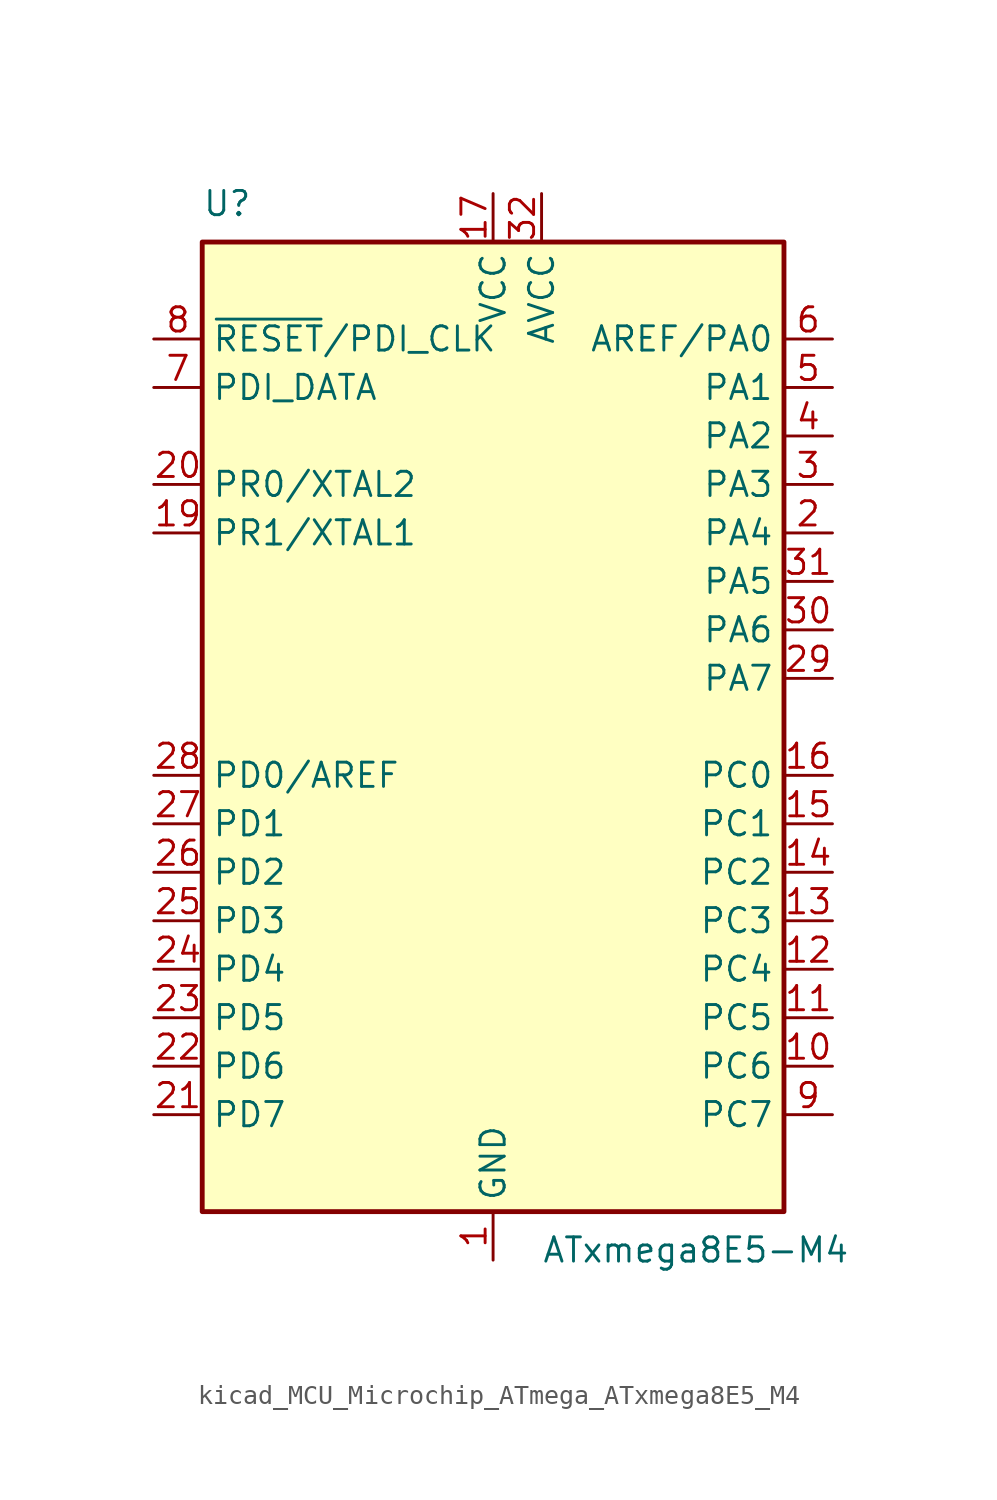
<source format=kicad_sym>
(kicad_symbol_lib
  (version 20220914)
  (generator kicad_symbol_editor)
  (symbol "kicad_MCU_Microchip_ATmega_ATxmega8E5_M4"
    (property "Reference" "U"
      (at -15.24 26.67 0)
      (effects (font (size 1.27 1.27)) (justify left bottom)))
    (property "Value" "ATxmega8E5-M4"
      (at 2.54 -26.67 0)
      (effects (font (size 1.27 1.27)) (justify left top)))
    (symbol "kicad_MCU_Microchip_ATmega_ATxmega8E5_M4_0_1"
      (rectangle (start -15.24 -25.4) (end 15.24 25.4) (stroke (width 0.254) (type default)) (fill (type background))))
    (symbol "kicad_MCU_Microchip_ATmega_ATxmega8E5_M4_1_1"
      (pin power_in line (at 0 -27.94 90) (length 2.54) (name "GND" (effects (font (size 1.27 1.27)))) (number "1" (effects (font (size 1.27 1.27)))))
      (pin bidirectional line (at 17.78 -17.78 180) (length 2.54) (name "PC6" (effects (font (size 1.27 1.27)))) (number "10" (effects (font (size 1.27 1.27)))))
      (pin bidirectional line (at 17.78 -15.24 180) (length 2.54) (name "PC5" (effects (font (size 1.27 1.27)))) (number "11" (effects (font (size 1.27 1.27)))))
      (pin bidirectional line (at 17.78 -12.7 180) (length 2.54) (name "PC4" (effects (font (size 1.27 1.27)))) (number "12" (effects (font (size 1.27 1.27)))))
      (pin bidirectional line (at 17.78 -10.16 180) (length 2.54) (name "PC3" (effects (font (size 1.27 1.27)))) (number "13" (effects (font (size 1.27 1.27)))))
      (pin bidirectional line (at 17.78 -7.62 180) (length 2.54) (name "PC2" (effects (font (size 1.27 1.27)))) (number "14" (effects (font (size 1.27 1.27)))))
      (pin bidirectional line (at 17.78 -5.08 180) (length 2.54) (name "PC1" (effects (font (size 1.27 1.27)))) (number "15" (effects (font (size 1.27 1.27)))))
      (pin bidirectional line (at 17.78 -2.54 180) (length 2.54) (name "PC0" (effects (font (size 1.27 1.27)))) (number "16" (effects (font (size 1.27 1.27)))))
      (pin power_in line (at 0 27.94 270) (length 2.54) (name "VCC" (effects (font (size 1.27 1.27)))) (number "17" (effects (font (size 1.27 1.27)))))
      (pin passive line (at 0 -27.94 90) (length 2.54) hide (name "GND" (effects (font (size 1.27 1.27)))) (number "18" (effects (font (size 1.27 1.27)))))
      (pin bidirectional line (at -17.78 10.16 0) (length 2.54) (name "PR1/XTAL1" (effects (font (size 1.27 1.27)))) (number "19" (effects (font (size 1.27 1.27)))))
      (pin bidirectional line (at 17.78 10.16 180) (length 2.54) (name "PA4" (effects (font (size 1.27 1.27)))) (number "2" (effects (font (size 1.27 1.27)))))
      (pin bidirectional line (at -17.78 12.7 0) (length 2.54) (name "PR0/XTAL2" (effects (font (size 1.27 1.27)))) (number "20" (effects (font (size 1.27 1.27)))))
      (pin bidirectional line (at -17.78 -20.32 0) (length 2.54) (name "PD7" (effects (font (size 1.27 1.27)))) (number "21" (effects (font (size 1.27 1.27)))))
      (pin bidirectional line (at -17.78 -17.78 0) (length 2.54) (name "PD6" (effects (font (size 1.27 1.27)))) (number "22" (effects (font (size 1.27 1.27)))))
      (pin bidirectional line (at -17.78 -15.24 0) (length 2.54) (name "PD5" (effects (font (size 1.27 1.27)))) (number "23" (effects (font (size 1.27 1.27)))))
      (pin bidirectional line (at -17.78 -12.7 0) (length 2.54) (name "PD4" (effects (font (size 1.27 1.27)))) (number "24" (effects (font (size 1.27 1.27)))))
      (pin bidirectional line (at -17.78 -10.16 0) (length 2.54) (name "PD3" (effects (font (size 1.27 1.27)))) (number "25" (effects (font (size 1.27 1.27)))))
      (pin bidirectional line (at -17.78 -7.62 0) (length 2.54) (name "PD2" (effects (font (size 1.27 1.27)))) (number "26" (effects (font (size 1.27 1.27)))))
      (pin bidirectional line (at -17.78 -5.08 0) (length 2.54) (name "PD1" (effects (font (size 1.27 1.27)))) (number "27" (effects (font (size 1.27 1.27)))))
      (pin bidirectional line (at -17.78 -2.54 0) (length 2.54) (name "PD0/AREF" (effects (font (size 1.27 1.27)))) (number "28" (effects (font (size 1.27 1.27)))))
      (pin bidirectional line (at 17.78 2.54 180) (length 2.54) (name "PA7" (effects (font (size 1.27 1.27)))) (number "29" (effects (font (size 1.27 1.27)))))
      (pin bidirectional line (at 17.78 12.7 180) (length 2.54) (name "PA3" (effects (font (size 1.27 1.27)))) (number "3" (effects (font (size 1.27 1.27)))))
      (pin bidirectional line (at 17.78 5.08 180) (length 2.54) (name "PA6" (effects (font (size 1.27 1.27)))) (number "30" (effects (font (size 1.27 1.27)))))
      (pin bidirectional line (at 17.78 7.62 180) (length 2.54) (name "PA5" (effects (font (size 1.27 1.27)))) (number "31" (effects (font (size 1.27 1.27)))))
      (pin power_in line (at 2.54 27.94 270) (length 2.54) (name "AVCC" (effects (font (size 1.27 1.27)))) (number "32" (effects (font (size 1.27 1.27)))))
      (pin passive line (at 0 -27.94 90) (length 2.54) hide (name "GND" (effects (font (size 1.27 1.27)))) (number "33" (effects (font (size 1.27 1.27)))))
      (pin bidirectional line (at 17.78 15.24 180) (length 2.54) (name "PA2" (effects (font (size 1.27 1.27)))) (number "4" (effects (font (size 1.27 1.27)))))
      (pin bidirectional line (at 17.78 17.78 180) (length 2.54) (name "PA1" (effects (font (size 1.27 1.27)))) (number "5" (effects (font (size 1.27 1.27)))))
      (pin bidirectional line (at 17.78 20.32 180) (length 2.54) (name "AREF/PA0" (effects (font (size 1.27 1.27)))) (number "6" (effects (font (size 1.27 1.27)))))
      (pin bidirectional line (at -17.78 17.78 0) (length 2.54) (name "PDI_DATA" (effects (font (size 1.27 1.27)))) (number "7" (effects (font (size 1.27 1.27)))))
      (pin input line (at -17.78 20.32 0) (length 2.54) (name "~{RESET}/PDI_CLK" (effects (font (size 1.27 1.27)))) (number "8" (effects (font (size 1.27 1.27)))))
      (pin bidirectional line (at 17.78 -20.32 180) (length 2.54) (name "PC7" (effects (font (size 1.27 1.27)))) (number "9" (effects (font (size 1.27 1.27))))))))
</source>
